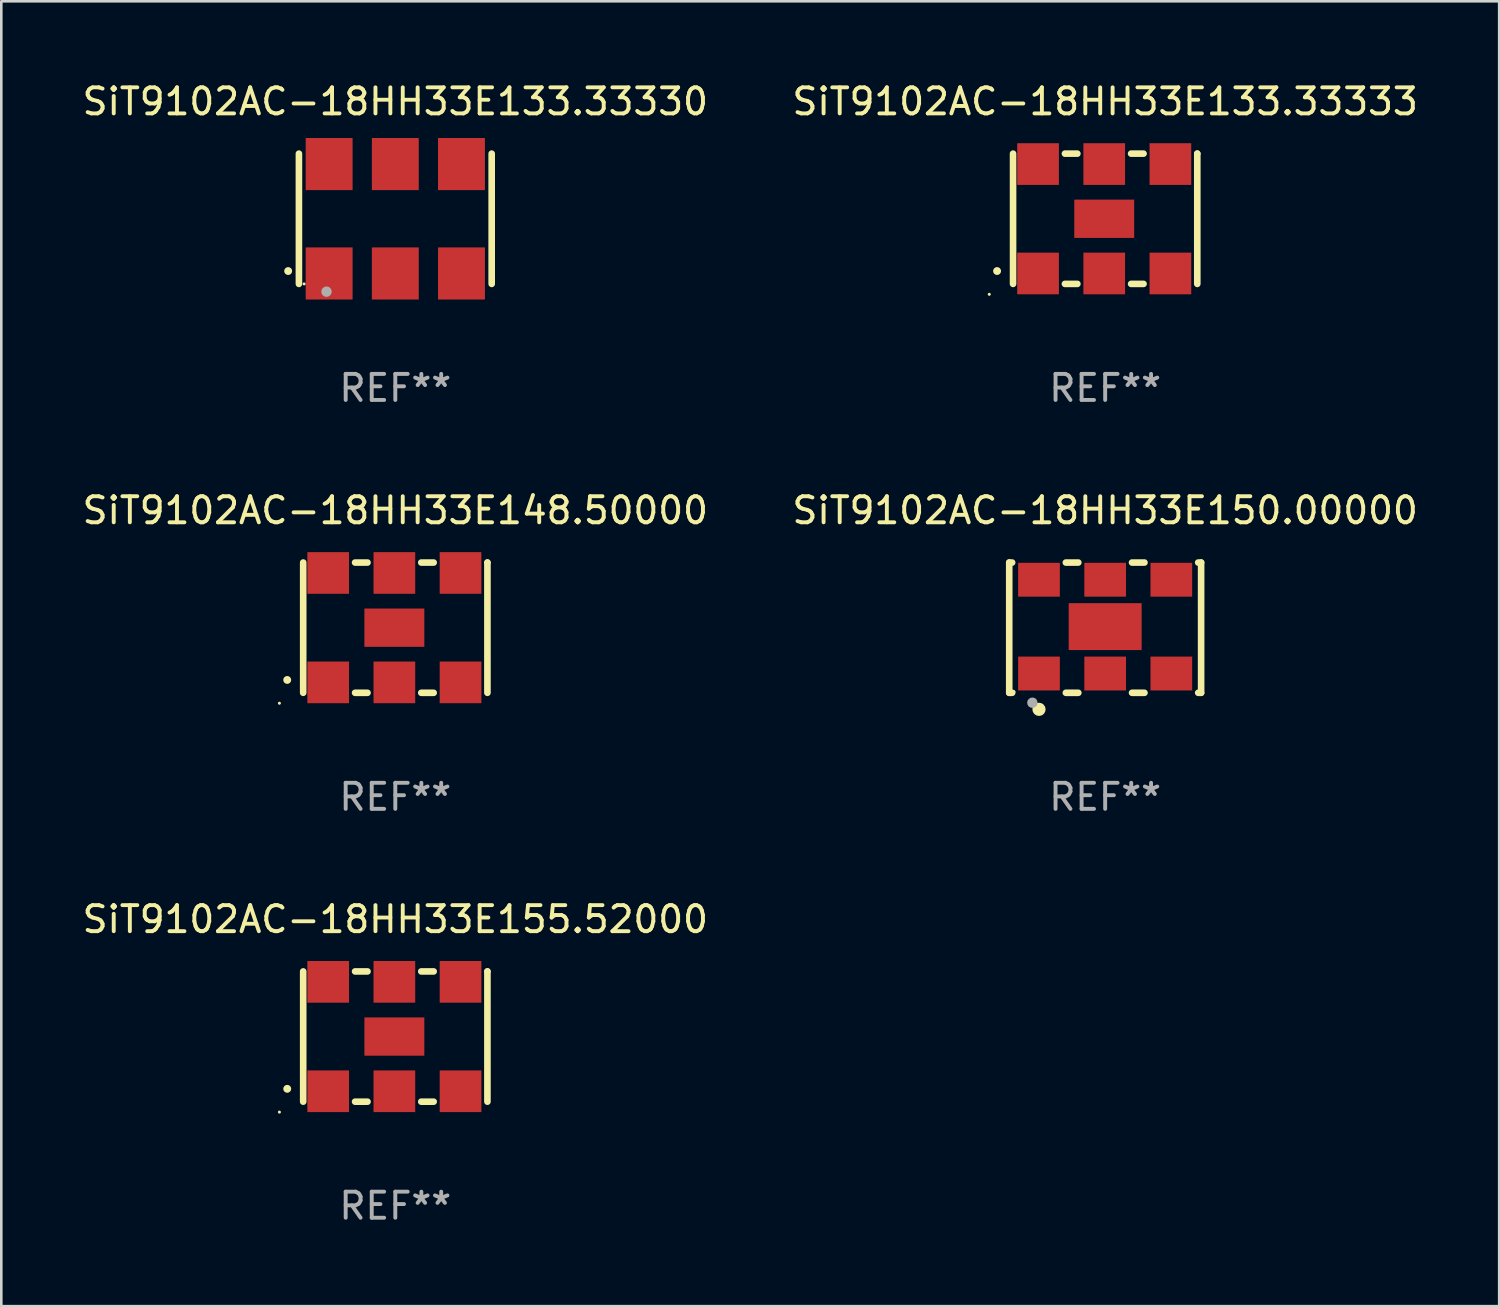
<source format=kicad_pcb>
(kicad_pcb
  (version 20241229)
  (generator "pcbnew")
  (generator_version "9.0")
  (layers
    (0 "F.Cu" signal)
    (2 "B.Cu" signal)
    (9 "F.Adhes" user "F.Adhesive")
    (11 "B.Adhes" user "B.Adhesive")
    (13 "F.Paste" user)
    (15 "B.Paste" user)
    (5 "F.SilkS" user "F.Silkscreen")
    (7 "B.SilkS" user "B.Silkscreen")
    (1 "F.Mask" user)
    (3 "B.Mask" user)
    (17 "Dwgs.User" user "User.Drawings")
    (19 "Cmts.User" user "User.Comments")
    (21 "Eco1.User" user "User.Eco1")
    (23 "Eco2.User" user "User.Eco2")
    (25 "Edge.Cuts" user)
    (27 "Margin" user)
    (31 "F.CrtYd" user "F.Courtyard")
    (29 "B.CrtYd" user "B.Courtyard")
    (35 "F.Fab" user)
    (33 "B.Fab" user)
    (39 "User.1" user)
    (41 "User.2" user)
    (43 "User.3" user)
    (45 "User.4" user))
  (footprint "SiT9102AC-18HH33E148.50000"
    (layer "F.Cu")
    (at 12.125 21.045)
    (property "Reference" "SiT9102AC-18HH33E148.50000" (at 0 -4.5 0) (layer "F.SilkS") (effects (font (size 1 1) (thickness 0.15))))
    (attr through_hole)
    (fp_line (start -3.536 -2.5) (end -3.536 2.5) (stroke (width 0.254) (type solid)) (layer "F.SilkS"))
    (fp_line (start -1.544 2.5) (end -1.067 2.5) (stroke (width 0.254) (type solid)) (layer "F.SilkS"))
    (fp_line (start -1.067 -2.5) (end -1.544 -2.5) (stroke (width 0.254) (type solid)) (layer "F.SilkS"))
    (fp_line (start 0.996 2.5) (end 1.473 2.5) (stroke (width 0.254) (type solid)) (layer "F.SilkS"))
    (fp_line (start 1.473 -2.5) (end 0.996 -2.5) (stroke (width 0.254) (type solid)) (layer "F.SilkS"))
    (fp_line (start 3.536 -2.5) (end 3.536 -2.5) (stroke (width 0.254) (type solid)) (layer "F.SilkS"))
    (fp_line (start 3.536 2.5) (end 3.536 -2.5) (stroke (width 0.254) (type solid)) (layer "F.SilkS"))
    (fp_arc (start -4.150432 2.006604) (mid -4.149162 2.006599) (end -4.147892 2.006604) (stroke (width 0.3) (type solid)) (layer "F.SilkS"))
    (fp_circle (center -4.449 2.9) (end -4.419 2.9) (stroke (width 0.06) (type solid)) (fill no) (layer "F.SilkS"))
    (fp_text user "REF**" (at 0 6.5 0) (layer "F.Fab") (effects (font (size 1 1) (thickness 0.15))))
    (pad "1" smd rect (at -2.576 2.1) (size 1.6 1.6) (layers "F.Cu" "F.Mask" "F.Paste"))
    (pad "2" smd rect (at -0.036 2.1) (size 1.6 1.6) (layers "F.Cu" "F.Mask" "F.Paste"))
    (pad "3" smd rect (at 2.504 2.1) (size 1.6 1.6) (layers "F.Cu" "F.Mask" "F.Paste"))
    (pad "4" smd rect (at 2.504 -2.1) (size 1.6 1.6) (layers "F.Cu" "F.Mask" "F.Paste"))
    (pad "5" smd rect (at -0.036 -2.1) (size 1.6 1.6) (layers "F.Cu" "F.Mask" "F.Paste"))
    (pad "6" smd rect (at -2.576 -2.1) (size 1.6 1.6) (layers "F.Cu" "F.Mask" "F.Paste"))
    (pad "7" smd rect (at -0.036 0) (size 2.3 1.47) (layers "F.Cu" "F.Mask" "F.Paste")))
  (footprint "SiT9102AC-18HH33E133.33333"
    (layer "F.Cu")
    (at 39.375 5.348)
    (property "Reference" "SiT9102AC-18HH33E133.33333" (at 0 -4.5 0) (layer "F.SilkS") (effects (font (size 1 1) (thickness 0.15))))
    (attr through_hole)
    (fp_line (start -3.536 -2.5) (end -3.536 2.5) (stroke (width 0.254) (type solid)) (layer "F.SilkS"))
    (fp_line (start -1.544 2.5) (end -1.067 2.5) (stroke (width 0.254) (type solid)) (layer "F.SilkS"))
    (fp_line (start -1.067 -2.5) (end -1.544 -2.5) (stroke (width 0.254) (type solid)) (layer "F.SilkS"))
    (fp_line (start 0.996 2.5) (end 1.473 2.5) (stroke (width 0.254) (type solid)) (layer "F.SilkS"))
    (fp_line (start 1.473 -2.5) (end 0.996 -2.5) (stroke (width 0.254) (type solid)) (layer "F.SilkS"))
    (fp_line (start 3.536 -2.5) (end 3.536 -2.5) (stroke (width 0.254) (type solid)) (layer "F.SilkS"))
    (fp_line (start 3.536 2.5) (end 3.536 -2.5) (stroke (width 0.254) (type solid)) (layer "F.SilkS"))
    (fp_arc (start -4.150432 2.006604) (mid -4.149162 2.006599) (end -4.147892 2.006604) (stroke (width 0.3) (type solid)) (layer "F.SilkS"))
    (fp_circle (center -4.449 2.9) (end -4.419 2.9) (stroke (width 0.06) (type solid)) (fill no) (layer "F.SilkS"))
    (fp_text user "REF**" (at 0 6.5 0) (layer "F.Fab") (effects (font (size 1 1) (thickness 0.15))))
    (pad "1" smd rect (at -2.576 2.1) (size 1.6 1.6) (layers "F.Cu" "F.Mask" "F.Paste"))
    (pad "2" smd rect (at -0.036 2.1) (size 1.6 1.6) (layers "F.Cu" "F.Mask" "F.Paste"))
    (pad "3" smd rect (at 2.504 2.1) (size 1.6 1.6) (layers "F.Cu" "F.Mask" "F.Paste"))
    (pad "4" smd rect (at 2.504 -2.1) (size 1.6 1.6) (layers "F.Cu" "F.Mask" "F.Paste"))
    (pad "5" smd rect (at -0.036 -2.1) (size 1.6 1.6) (layers "F.Cu" "F.Mask" "F.Paste"))
    (pad "6" smd rect (at -2.576 -2.1) (size 1.6 1.6) (layers "F.Cu" "F.Mask" "F.Paste"))
    (pad "7" smd rect (at -0.036 0) (size 2.3 1.47) (layers "F.Cu" "F.Mask" "F.Paste")))
  (footprint "SiT9102AC-18HH33E150.00000"
    (layer "F.Cu")
    (at 39.375 21.045)
    (property "Reference" "SiT9102AC-18HH33E150.00000" (at 0 -4.5 0) (layer "F.SilkS") (effects (font (size 1 1) (thickness 0.15))))
    (attr through_hole)
    (fp_line (start -3.683 -2.5) (end -3.571 -2.5) (stroke (width 0.254) (type solid)) (layer "F.SilkS"))
    (fp_line (start -3.683 2.5) (end -3.683 -2.5) (stroke (width 0.254) (type solid)) (layer "F.SilkS"))
    (fp_line (start -3.683 2.5) (end -3.571 2.5) (stroke (width 0.254) (type solid)) (layer "F.SilkS"))
    (fp_line (start -1.509 -2.5) (end -1.031 -2.5) (stroke (width 0.254) (type solid)) (layer "F.SilkS"))
    (fp_line (start -1.509 2.5) (end -1.031 2.5) (stroke (width 0.254) (type solid)) (layer "F.SilkS"))
    (fp_line (start 1.031 -2.5) (end 1.509 -2.5) (stroke (width 0.254) (type solid)) (layer "F.SilkS"))
    (fp_line (start 1.031 2.5) (end 1.509 2.5) (stroke (width 0.254) (type solid)) (layer "F.SilkS"))
    (fp_line (start 3.571 -2.5) (end 3.683 -2.5) (stroke (width 0.254) (type solid)) (layer "F.SilkS"))
    (fp_line (start 3.571 2.5) (end 3.683 2.5) (stroke (width 0.254) (type solid)) (layer "F.SilkS"))
    (fp_line (start 3.683 2.5) (end 3.683 -2.5) (stroke (width 0.254) (type solid)) (layer "F.SilkS"))
    (fp_circle (center -3.5 2.46) (end -3.47 2.46) (stroke (width 0.06) (type solid)) (fill no) (layer "F.SilkS"))
    (fp_circle (center -2.54 3.135) (end -2.413 3.135) (stroke (width 0.254) (type solid)) (fill no) (layer "F.SilkS"))
    (fp_circle (center -2.794 2.881) (end -2.694 2.881) (stroke (width 0.2) (type solid)) (fill no) (layer "F.Fab"))
    (fp_text user "REF**" (at 0 6.5 0) (layer "F.Fab") (effects (font (size 1 1) (thickness 0.15))))
    (pad "1" smd rect (at -2.54 1.76) (size 1.6 1.3) (layers "F.Cu" "F.Mask" "F.Paste"))
    (pad "2" smd rect (at 0 1.76) (size 1.6 1.3) (layers "F.Cu" "F.Mask" "F.Paste"))
    (pad "3" smd rect (at 2.54 1.76) (size 1.6 1.3) (layers "F.Cu" "F.Mask" "F.Paste"))
    (pad "4" smd rect (at 2.54 -1.84) (size 1.6 1.3) (layers "F.Cu" "F.Mask" "F.Paste"))
    (pad "5" smd rect (at 0 -1.84) (size 1.6 1.3) (layers "F.Cu" "F.Mask" "F.Paste"))
    (pad "6" smd rect (at -2.54 -1.84) (size 1.6 1.3) (layers "F.Cu" "F.Mask" "F.Paste"))
    (pad "7" smd rect (at 0 -0.04) (size 2.8 1.8) (layers "F.Cu" "F.Mask" "F.Paste")))
  (footprint "SiT9102AC-18HH33E133.33330"
    (layer "F.Cu")
    (at 12.125 5.348)
    (property "Reference" "SiT9102AC-18HH33E133.33330" (at 0 -4.5 0) (layer "F.SilkS") (effects (font (size 1 1) (thickness 0.15))))
    (attr through_hole)
    (fp_line (start -3.7 -2.5) (end -3.7 2.5) (stroke (width 0.254) (type solid)) (layer "F.SilkS"))
    (fp_line (start 3.7 -2.5) (end 3.7 2.5) (stroke (width 0.254) (type solid)) (layer "F.SilkS"))
    (fp_arc (start -4.114415 2.006604) (mid -4.113145 2.006599) (end -4.111875 2.006604) (stroke (width 0.3) (type solid)) (layer "F.SilkS"))
    (fp_circle (center -3.5 2.501) (end -3.47 2.501) (stroke (width 0.06) (type solid)) (fill no) (layer "F.SilkS"))
    (fp_circle (center -2.641 2.799) (end -2.541 2.799) (stroke (width 0.2) (type solid)) (fill no) (layer "F.Fab"))
    (fp_text user "REF**" (at 0 6.5 0) (layer "F.Fab") (effects (font (size 1 1) (thickness 0.15))))
    (pad "1" smd rect (at -2.54 2.1) (size 1.8 2) (layers "F.Cu" "F.Mask" "F.Paste"))
    (pad "2" smd rect (at 0.000394 2.1) (size 1.8 2) (layers "F.Cu" "F.Mask" "F.Paste"))
    (pad "3" smd rect (at 2.54 2.1) (size 1.8 2) (layers "F.Cu" "F.Mask" "F.Paste"))
    (pad "4" smd rect (at 2.54 -2.1) (size 1.8 2) (layers "F.Cu" "F.Mask" "F.Paste"))
    (pad "5" smd rect (at 0.000394 -2.1) (size 1.8 2) (layers "F.Cu" "F.Mask" "F.Paste"))
    (pad "6" smd rect (at -2.54 -2.1) (size 1.8 2) (layers "F.Cu" "F.Mask" "F.Paste")))
  (footprint "SiT9102AC-18HH33E155.52000"
    (layer "F.Cu")
    (at 12.125 36.741)
    (property "Reference" "SiT9102AC-18HH33E155.52000" (at 0 -4.5 0) (layer "F.SilkS") (effects (font (size 1 1) (thickness 0.15))))
    (attr through_hole)
    (fp_line (start -3.536 -2.5) (end -3.536 2.5) (stroke (width 0.254) (type solid)) (layer "F.SilkS"))
    (fp_line (start -1.544 2.5) (end -1.067 2.5) (stroke (width 0.254) (type solid)) (layer "F.SilkS"))
    (fp_line (start -1.067 -2.5) (end -1.544 -2.5) (stroke (width 0.254) (type solid)) (layer "F.SilkS"))
    (fp_line (start 0.996 2.5) (end 1.473 2.5) (stroke (width 0.254) (type solid)) (layer "F.SilkS"))
    (fp_line (start 1.473 -2.5) (end 0.996 -2.5) (stroke (width 0.254) (type solid)) (layer "F.SilkS"))
    (fp_line (start 3.536 -2.5) (end 3.536 -2.5) (stroke (width 0.254) (type solid)) (layer "F.SilkS"))
    (fp_line (start 3.536 2.5) (end 3.536 -2.5) (stroke (width 0.254) (type solid)) (layer "F.SilkS"))
    (fp_arc (start -4.150432 2.006604) (mid -4.149162 2.006599) (end -4.147892 2.006604) (stroke (width 0.3) (type solid)) (layer "F.SilkS"))
    (fp_circle (center -4.449 2.9) (end -4.419 2.9) (stroke (width 0.06) (type solid)) (fill no) (layer "F.SilkS"))
    (fp_text user "REF**" (at 0 6.5 0) (layer "F.Fab") (effects (font (size 1 1) (thickness 0.15))))
    (pad "1" smd rect (at -2.576 2.1) (size 1.6 1.6) (layers "F.Cu" "F.Mask" "F.Paste"))
    (pad "2" smd rect (at -0.036 2.1) (size 1.6 1.6) (layers "F.Cu" "F.Mask" "F.Paste"))
    (pad "3" smd rect (at 2.504 2.1) (size 1.6 1.6) (layers "F.Cu" "F.Mask" "F.Paste"))
    (pad "4" smd rect (at 2.504 -2.1) (size 1.6 1.6) (layers "F.Cu" "F.Mask" "F.Paste"))
    (pad "5" smd rect (at -0.036 -2.1) (size 1.6 1.6) (layers "F.Cu" "F.Mask" "F.Paste"))
    (pad "6" smd rect (at -2.576 -2.1) (size 1.6 1.6) (layers "F.Cu" "F.Mask" "F.Paste"))
    (pad "7" smd rect (at -0.036 0) (size 2.3 1.47) (layers "F.Cu" "F.Mask" "F.Paste")))
  (gr_rect
    (start -3 -3)
    (end 54.5 47.09)
    (stroke (width 0.1) (type default))
    (fill no)
    (layer "Edge.Cuts")))
</source>
